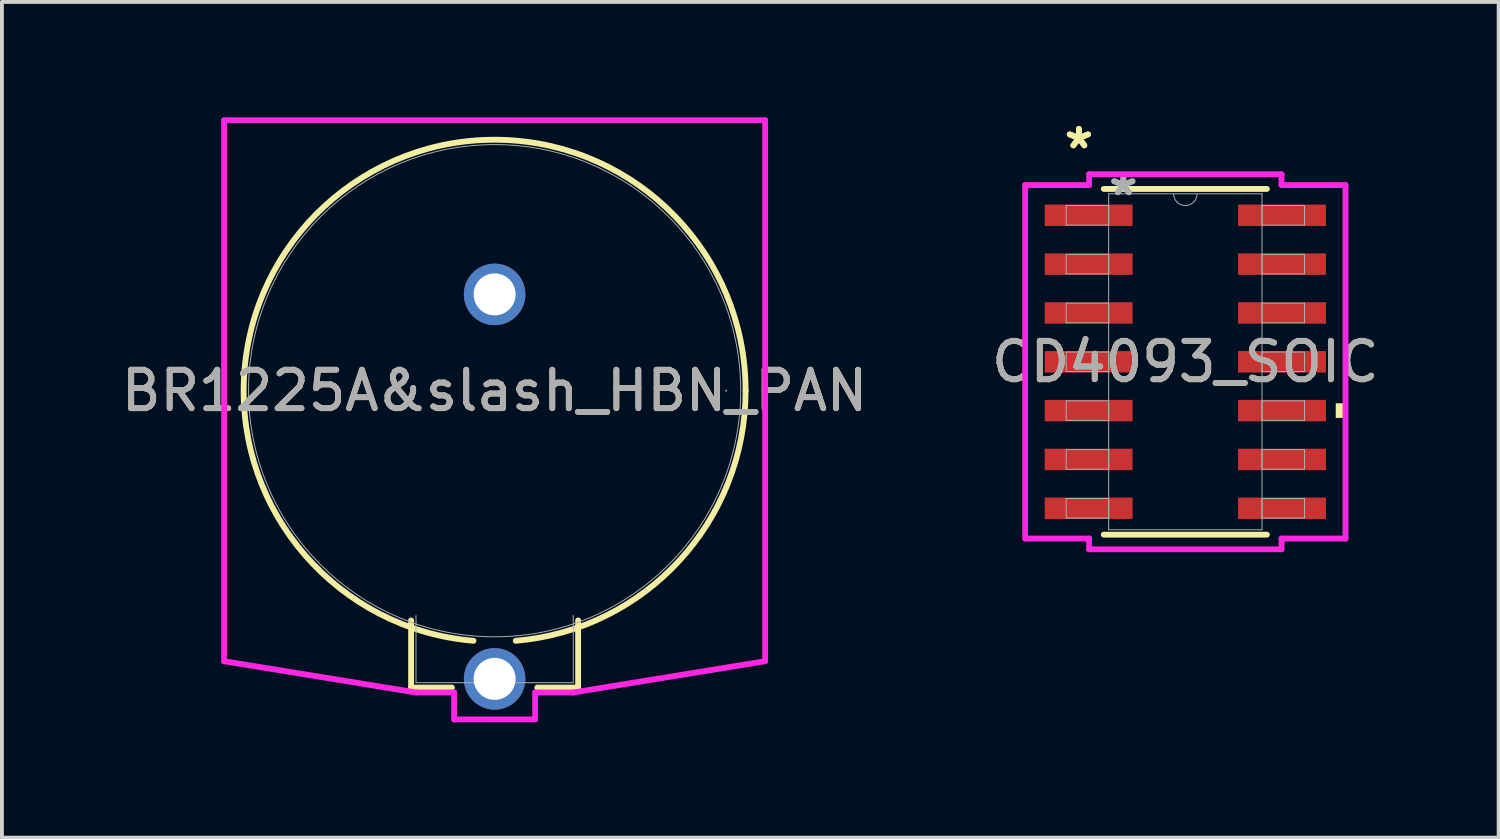
<source format=kicad_pcb>
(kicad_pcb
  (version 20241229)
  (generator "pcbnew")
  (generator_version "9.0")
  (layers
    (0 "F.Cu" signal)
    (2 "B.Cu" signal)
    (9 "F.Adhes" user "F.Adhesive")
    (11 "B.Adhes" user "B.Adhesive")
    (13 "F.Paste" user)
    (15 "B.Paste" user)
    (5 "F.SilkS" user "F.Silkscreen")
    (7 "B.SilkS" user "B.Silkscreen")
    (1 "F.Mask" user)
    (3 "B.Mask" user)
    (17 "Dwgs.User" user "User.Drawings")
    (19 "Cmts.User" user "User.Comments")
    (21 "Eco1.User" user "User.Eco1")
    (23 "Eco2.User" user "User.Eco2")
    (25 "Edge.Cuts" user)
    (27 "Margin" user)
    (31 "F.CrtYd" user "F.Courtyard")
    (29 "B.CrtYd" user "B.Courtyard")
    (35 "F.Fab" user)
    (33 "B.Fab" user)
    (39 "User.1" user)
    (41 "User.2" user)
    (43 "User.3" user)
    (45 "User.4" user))
  (footprint "CD4093_SOIC"
    (layer "F.Cu")
    (at 27.78 6.36)
    (property "Reference" "CD4093_SOIC" (at 0 0 0) (unlocked yes) (layer "F.SilkS") (effects (font (size 1 1) (thickness 0.15))))
    (attr smd)
    (fp_line (start -2.121 4.496) (end 2.121 4.496) (stroke (width 0.152) (type solid)) (layer "F.SilkS"))
    (fp_line (start 2.121 -4.496) (end -2.121 -4.496) (stroke (width 0.152) (type solid)) (layer "F.SilkS"))
    (fp_poly (pts (xy 4.166 1.079) (xy 4.166 1.46) (xy 3.912 1.46) (xy 3.912 1.079)) (stroke (width 0) (type solid)) (fill yes) (layer "F.SilkS"))
    (fp_line (start -4.166 -4.597) (end -2.502 -4.597) (stroke (width 0.152) (type solid)) (layer "F.CrtYd"))
    (fp_line (start -4.166 4.597) (end -4.166 -4.597) (stroke (width 0.152) (type solid)) (layer "F.CrtYd"))
    (fp_line (start -4.166 4.597) (end -2.502 4.597) (stroke (width 0.152) (type solid)) (layer "F.CrtYd"))
    (fp_line (start -2.502 -4.877) (end 2.502 -4.877) (stroke (width 0.152) (type solid)) (layer "F.CrtYd"))
    (fp_line (start -2.502 -4.597) (end -2.502 -4.877) (stroke (width 0.152) (type solid)) (layer "F.CrtYd"))
    (fp_line (start -2.502 4.877) (end -2.502 4.597) (stroke (width 0.152) (type solid)) (layer "F.CrtYd"))
    (fp_line (start 2.502 -4.877) (end 2.502 -4.597) (stroke (width 0.152) (type solid)) (layer "F.CrtYd"))
    (fp_line (start 2.502 4.597) (end 2.502 4.877) (stroke (width 0.152) (type solid)) (layer "F.CrtYd"))
    (fp_line (start 2.502 4.877) (end -2.502 4.877) (stroke (width 0.152) (type solid)) (layer "F.CrtYd"))
    (fp_line (start 4.166 -4.597) (end 2.502 -4.597) (stroke (width 0.152) (type solid)) (layer "F.CrtYd"))
    (fp_line (start 4.166 -4.597) (end 4.166 4.597) (stroke (width 0.152) (type solid)) (layer "F.CrtYd"))
    (fp_line (start 4.166 4.597) (end 2.502 4.597) (stroke (width 0.152) (type solid)) (layer "F.CrtYd"))
    (fp_line (start -3.099 -4.064) (end -3.099 -3.556) (stroke (width 0.025) (type solid)) (layer "F.Fab"))
    (fp_line (start -3.099 -3.556) (end -1.994 -3.556) (stroke (width 0.025) (type solid)) (layer "F.Fab"))
    (fp_line (start -3.099 -2.794) (end -3.099 -2.286) (stroke (width 0.025) (type solid)) (layer "F.Fab"))
    (fp_line (start -3.099 -2.286) (end -1.994 -2.286) (stroke (width 0.025) (type solid)) (layer "F.Fab"))
    (fp_line (start -3.099 -1.524) (end -3.099 -1.016) (stroke (width 0.025) (type solid)) (layer "F.Fab"))
    (fp_line (start -3.099 -1.016) (end -1.994 -1.016) (stroke (width 0.025) (type solid)) (layer "F.Fab"))
    (fp_line (start -3.099 -0.254) (end -3.099 0.254) (stroke (width 0.025) (type solid)) (layer "F.Fab"))
    (fp_line (start -3.099 0.254) (end -1.994 0.254) (stroke (width 0.025) (type solid)) (layer "F.Fab"))
    (fp_line (start -3.099 1.016) (end -3.099 1.524) (stroke (width 0.025) (type solid)) (layer "F.Fab"))
    (fp_line (start -3.099 1.524) (end -1.994 1.524) (stroke (width 0.025) (type solid)) (layer "F.Fab"))
    (fp_line (start -3.099 2.286) (end -3.099 2.794) (stroke (width 0.025) (type solid)) (layer "F.Fab"))
    (fp_line (start -3.099 2.794) (end -1.994 2.794) (stroke (width 0.025) (type solid)) (layer "F.Fab"))
    (fp_line (start -3.099 3.556) (end -3.099 4.064) (stroke (width 0.025) (type solid)) (layer "F.Fab"))
    (fp_line (start -3.099 4.064) (end -1.994 4.064) (stroke (width 0.025) (type solid)) (layer "F.Fab"))
    (fp_line (start -1.994 -4.369) (end -1.994 4.369) (stroke (width 0.025) (type solid)) (layer "F.Fab"))
    (fp_line (start -1.994 -4.064) (end -3.099 -4.064) (stroke (width 0.025) (type solid)) (layer "F.Fab"))
    (fp_line (start -1.994 -3.556) (end -1.994 -4.064) (stroke (width 0.025) (type solid)) (layer "F.Fab"))
    (fp_line (start -1.994 -2.794) (end -3.099 -2.794) (stroke (width 0.025) (type solid)) (layer "F.Fab"))
    (fp_line (start -1.994 -2.286) (end -1.994 -2.794) (stroke (width 0.025) (type solid)) (layer "F.Fab"))
    (fp_line (start -1.994 -1.524) (end -3.099 -1.524) (stroke (width 0.025) (type solid)) (layer "F.Fab"))
    (fp_line (start -1.994 -1.016) (end -1.994 -1.524) (stroke (width 0.025) (type solid)) (layer "F.Fab"))
    (fp_line (start -1.994 -0.254) (end -3.099 -0.254) (stroke (width 0.025) (type solid)) (layer "F.Fab"))
    (fp_line (start -1.994 0.254) (end -1.994 -0.254) (stroke (width 0.025) (type solid)) (layer "F.Fab"))
    (fp_line (start -1.994 1.016) (end -3.099 1.016) (stroke (width 0.025) (type solid)) (layer "F.Fab"))
    (fp_line (start -1.994 1.524) (end -1.994 1.016) (stroke (width 0.025) (type solid)) (layer "F.Fab"))
    (fp_line (start -1.994 2.286) (end -3.099 2.286) (stroke (width 0.025) (type solid)) (layer "F.Fab"))
    (fp_line (start -1.994 2.794) (end -1.994 2.286) (stroke (width 0.025) (type solid)) (layer "F.Fab"))
    (fp_line (start -1.994 3.556) (end -3.099 3.556) (stroke (width 0.025) (type solid)) (layer "F.Fab"))
    (fp_line (start -1.994 4.064) (end -1.994 3.556) (stroke (width 0.025) (type solid)) (layer "F.Fab"))
    (fp_line (start -1.994 4.369) (end 1.994 4.369) (stroke (width 0.025) (type solid)) (layer "F.Fab"))
    (fp_line (start 1.994 -4.369) (end -1.994 -4.369) (stroke (width 0.025) (type solid)) (layer "F.Fab"))
    (fp_line (start 1.994 -4.064) (end 1.994 -3.556) (stroke (width 0.025) (type solid)) (layer "F.Fab"))
    (fp_line (start 1.994 -3.556) (end 3.099 -3.556) (stroke (width 0.025) (type solid)) (layer "F.Fab"))
    (fp_line (start 1.994 -2.794) (end 1.994 -2.286) (stroke (width 0.025) (type solid)) (layer "F.Fab"))
    (fp_line (start 1.994 -2.286) (end 3.099 -2.286) (stroke (width 0.025) (type solid)) (layer "F.Fab"))
    (fp_line (start 1.994 -1.524) (end 1.994 -1.016) (stroke (width 0.025) (type solid)) (layer "F.Fab"))
    (fp_line (start 1.994 -1.016) (end 3.099 -1.016) (stroke (width 0.025) (type solid)) (layer "F.Fab"))
    (fp_line (start 1.994 -0.254) (end 1.994 0.254) (stroke (width 0.025) (type solid)) (layer "F.Fab"))
    (fp_line (start 1.994 0.254) (end 3.099 0.254) (stroke (width 0.025) (type solid)) (layer "F.Fab"))
    (fp_line (start 1.994 1.016) (end 1.994 1.524) (stroke (width 0.025) (type solid)) (layer "F.Fab"))
    (fp_line (start 1.994 1.524) (end 3.099 1.524) (stroke (width 0.025) (type solid)) (layer "F.Fab"))
    (fp_line (start 1.994 2.286) (end 1.994 2.794) (stroke (width 0.025) (type solid)) (layer "F.Fab"))
    (fp_line (start 1.994 2.794) (end 3.099 2.794) (stroke (width 0.025) (type solid)) (layer "F.Fab"))
    (fp_line (start 1.994 3.556) (end 1.994 4.064) (stroke (width 0.025) (type solid)) (layer "F.Fab"))
    (fp_line (start 1.994 4.064) (end 3.099 4.064) (stroke (width 0.025) (type solid)) (layer "F.Fab"))
    (fp_line (start 1.994 4.369) (end 1.994 -4.369) (stroke (width 0.025) (type solid)) (layer "F.Fab"))
    (fp_line (start 3.099 -4.064) (end 1.994 -4.064) (stroke (width 0.025) (type solid)) (layer "F.Fab"))
    (fp_line (start 3.099 -3.556) (end 3.099 -4.064) (stroke (width 0.025) (type solid)) (layer "F.Fab"))
    (fp_line (start 3.099 -2.794) (end 1.994 -2.794) (stroke (width 0.025) (type solid)) (layer "F.Fab"))
    (fp_line (start 3.099 -2.286) (end 3.099 -2.794) (stroke (width 0.025) (type solid)) (layer "F.Fab"))
    (fp_line (start 3.099 -1.524) (end 1.994 -1.524) (stroke (width 0.025) (type solid)) (layer "F.Fab"))
    (fp_line (start 3.099 -1.016) (end 3.099 -1.524) (stroke (width 0.025) (type solid)) (layer "F.Fab"))
    (fp_line (start 3.099 -0.254) (end 1.994 -0.254) (stroke (width 0.025) (type solid)) (layer "F.Fab"))
    (fp_line (start 3.099 0.254) (end 3.099 -0.254) (stroke (width 0.025) (type solid)) (layer "F.Fab"))
    (fp_line (start 3.099 1.016) (end 1.994 1.016) (stroke (width 0.025) (type solid)) (layer "F.Fab"))
    (fp_line (start 3.099 1.524) (end 3.099 1.016) (stroke (width 0.025) (type solid)) (layer "F.Fab"))
    (fp_line (start 3.099 2.286) (end 1.994 2.286) (stroke (width 0.025) (type solid)) (layer "F.Fab"))
    (fp_line (start 3.099 2.794) (end 3.099 2.286) (stroke (width 0.025) (type solid)) (layer "F.Fab"))
    (fp_line (start 3.099 3.556) (end 1.994 3.556) (stroke (width 0.025) (type solid)) (layer "F.Fab"))
    (fp_line (start 3.099 4.064) (end 3.099 3.556) (stroke (width 0.025) (type solid)) (layer "F.Fab"))
    (fp_arc (start 0.3048 -4.3688) (mid 0 -4.064) (end -0.3048 -4.3688) (stroke (width 0.0254) (type solid)) (layer "F.Fab"))
    (fp_text user "*" (at -2.769 -5.512 0) (unlocked yes) (layer "F.SilkS") (effects (font (size 1 1) (thickness 0.15))))
    (fp_text user "*" (at -2.769 -5.512 0) (layer "F.SilkS") (effects (font (size 1 1) (thickness 0.15))))
    (fp_text user "*" (at -1.613 -4.293 0) (layer "F.Fab") (effects (font (size 1 1) (thickness 0.15))))
    (fp_text user "${REFERENCE}" (at 0 0 0) (unlocked yes) (layer "F.Fab") (effects (font (size 1 1) (thickness 0.15))))
    (fp_text user "*" (at -1.613 -4.293 0) (unlocked yes) (layer "F.Fab") (effects (font (size 1 1) (thickness 0.15))))
    (pad "1" smd rect (at -2.515 -3.81) (size 2.286 0.559) (layers "F.Cu" "F.Mask" "F.Paste"))
    (pad "2" smd rect (at -2.515 -2.54) (size 2.286 0.559) (layers "F.Cu" "F.Mask" "F.Paste"))
    (pad "3" smd rect (at -2.515 -1.27) (size 2.286 0.559) (layers "F.Cu" "F.Mask" "F.Paste"))
    (pad "4" smd rect (at -2.515 0) (size 2.286 0.559) (layers "F.Cu" "F.Mask" "F.Paste"))
    (pad "5" smd rect (at -2.515 1.27) (size 2.286 0.559) (layers "F.Cu" "F.Mask" "F.Paste"))
    (pad "6" smd rect (at -2.515 2.54) (size 2.286 0.559) (layers "F.Cu" "F.Mask" "F.Paste"))
    (pad "7" smd rect (at -2.515 3.81) (size 2.286 0.559) (layers "F.Cu" "F.Mask" "F.Paste"))
    (pad "8" smd rect (at 2.515 3.81) (size 2.286 0.559) (layers "F.Cu" "F.Mask" "F.Paste"))
    (pad "9" smd rect (at 2.515 2.54) (size 2.286 0.559) (layers "F.Cu" "F.Mask" "F.Paste"))
    (pad "10" smd rect (at 2.515 1.27) (size 2.286 0.559) (layers "F.Cu" "F.Mask" "F.Paste"))
    (pad "11" smd rect (at 2.515 0) (size 2.286 0.559) (layers "F.Cu" "F.Mask" "F.Paste"))
    (pad "12" smd rect (at 2.515 -1.27) (size 2.286 0.559) (layers "F.Cu" "F.Mask" "F.Paste"))
    (pad "13" smd rect (at 2.515 -2.54) (size 2.286 0.559) (layers "F.Cu" "F.Mask" "F.Paste"))
    (pad "14" smd rect (at 2.515 -3.81) (size 2.286 0.559) (layers "F.Cu" "F.Mask" "F.Paste")))
  (footprint "BR1225A&slash_HBN_PAN"
    (layer "F.Cu")
    (at 9.815 4.607)
    (property "Reference" "BR1225A&slash_HBN_PAN" (at 0 2.505 0) (unlocked yes) (layer "F.SilkS") (effects (font (size 1 1) (thickness 0.15))))
    (attr through_hole)
    (fp_line (start -2.172 8.48) (end -2.172 10.227) (stroke (width 0.152) (type solid)) (layer "F.SilkS"))
    (fp_line (start -2.172 10.227) (end -1.11 10.227) (stroke (width 0.152) (type solid)) (layer "F.SilkS"))
    (fp_line (start 1.11 10.227) (end 2.172 10.227) (stroke (width 0.152) (type solid)) (layer "F.SilkS"))
    (fp_line (start 2.172 10.227) (end 2.172 8.48) (stroke (width 0.152) (type solid)) (layer "F.SilkS"))
    (fp_arc (start -0.550558 9.009947) (mid -4.416913 -2.301158) (end 6.5278 2.505405) (stroke (width 0.1524) (type solid)) (layer "F.SilkS"))
    (fp_arc (start 6.5278 2.505414) (mid 4.806561 6.922322) (end 0.550558 9.009947) (stroke (width 0.1524) (type solid)) (layer "F.SilkS"))
    (fp_line (start -7.036 -4.53) (end -7.036 9.541) (stroke (width 0.152) (type solid)) (layer "F.CrtYd"))
    (fp_line (start -7.036 9.541) (end -2.045 10.354) (stroke (width 0.152) (type solid)) (layer "F.CrtYd"))
    (fp_line (start -2.045 10.354) (end -1.054 10.354) (stroke (width 0.152) (type solid)) (layer "F.CrtYd"))
    (fp_line (start -1.054 10.354) (end -1.054 11.054) (stroke (width 0.152) (type solid)) (layer "F.CrtYd"))
    (fp_line (start -1.054 11.054) (end 1.054 11.054) (stroke (width 0.152) (type solid)) (layer "F.CrtYd"))
    (fp_line (start 1.054 10.354) (end 2.045 10.354) (stroke (width 0.152) (type solid)) (layer "F.CrtYd"))
    (fp_line (start 1.054 11.054) (end 1.054 10.354) (stroke (width 0.152) (type solid)) (layer "F.CrtYd"))
    (fp_line (start 2.045 10.354) (end 7.036 9.541) (stroke (width 0.152) (type solid)) (layer "F.CrtYd"))
    (fp_line (start 7.036 -4.53) (end -7.036 -4.53) (stroke (width 0.152) (type solid)) (layer "F.CrtYd"))
    (fp_line (start 7.036 9.541) (end 7.036 -4.53) (stroke (width 0.152) (type solid)) (layer "F.CrtYd"))
    (fp_line (start -2.045 8.353) (end -2.045 10.1) (stroke (width 0.025) (type solid)) (layer "F.Fab"))
    (fp_line (start -2.045 10.1) (end 2.045 10.1) (stroke (width 0.025) (type solid)) (layer "F.Fab"))
    (fp_line (start 2.045 10.1) (end 2.045 8.353) (stroke (width 0.025) (type solid)) (layer "F.Fab"))
    (fp_circle (center 0 2.505) (end 6.401 2.505) (stroke (width 0.025) (type solid)) (fill no) (layer "F.Fab"))
    (fp_circle (center 6.02 2.505) (end 6.02 2.505) (stroke (width 0.025) (type solid)) (fill no) (layer "F.Fab"))
    (fp_text user "${REFERENCE}" (at 0 2.505 0) (unlocked yes) (layer "F.Fab") (effects (font (size 1 1) (thickness 0.15))))
    (pad "1" thru_hole circle (at 0 0) (size 1.6 1.6) (drill 1.092) (layers "*.Cu" "*.Mask"))
    (pad "2" thru_hole circle (at 0 10) (size 1.6 1.6) (drill 1.092) (layers "*.Cu" "*.Mask")))
  (gr_rect
    (start -3 -3)
    (end 35.929 18.737)
    (stroke (width 0.1) (type default))
    (fill no)
    (layer "Edge.Cuts")))
</source>
